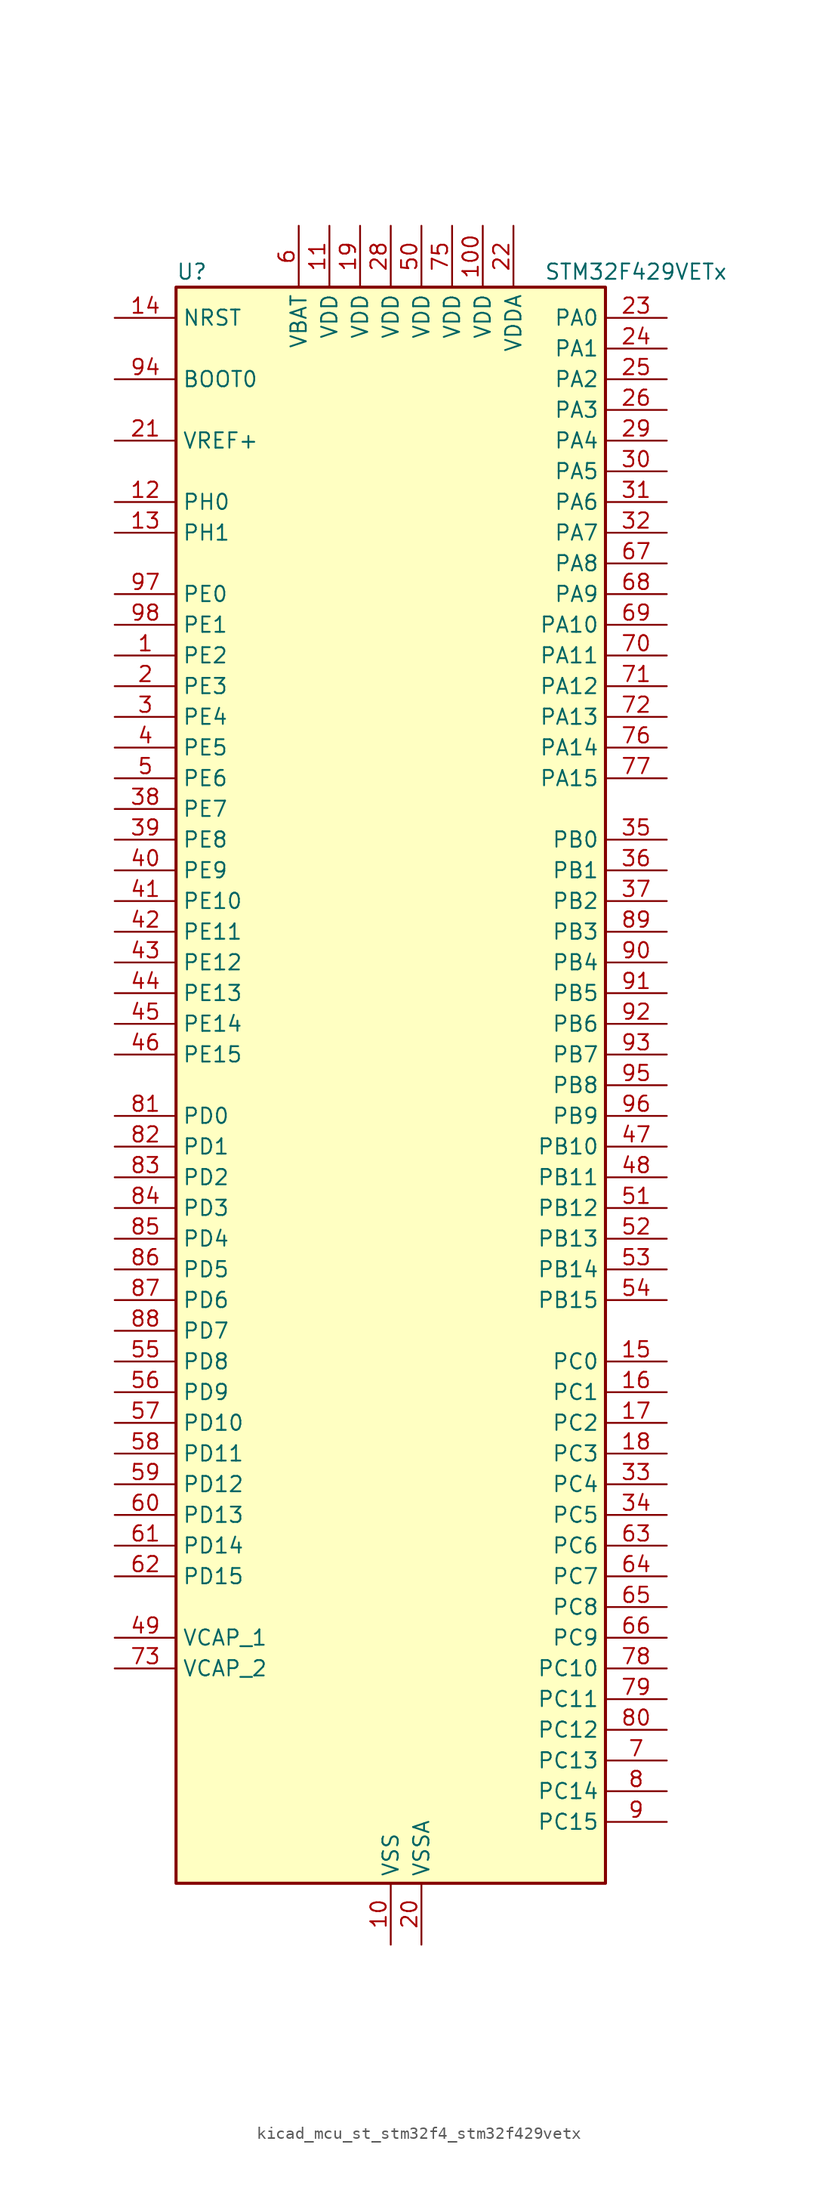
<source format=kicad_sym>
(kicad_symbol_lib
  (version 20220914)
  (generator kicad_symbol_editor)
  (symbol "kicad_mcu_st_stm32f4_stm32f429vetx"
    (property "Reference" "U"
      (at -17.78 67.31 0)
      (effects (font (size 1.27 1.27)) (justify left)))
    (property "Value" "STM32F429VETx"
      (at 12.7 67.31 0)
      (effects (font (size 1.27 1.27)) (justify left)))
    (property "ki_locked" ""
      (at 0 0 0)
      (effects (font (size 1.27 1.27))))
    (symbol "kicad_mcu_st_stm32f4_stm32f429vetx_0_1"
      (rectangle (start -17.78 -66.04) (end 17.78 66.04) (stroke (width 0.254) (type default)) (fill (type background))))
    (symbol "kicad_mcu_st_stm32f4_stm32f429vetx_1_1"
      (pin bidirectional line (at -22.86 35.56 0) (length 5.08) (name "PE2" (effects (font (size 1.27 1.27)))) (number "1" (effects (font (size 1.27 1.27)))) (alternate "ETH_TXD3" bidirectional line) (alternate "FMC_A23" bidirectional line) (alternate "SAI1_MCLK_A" bidirectional line) (alternate "SPI4_SCK" bidirectional line) (alternate "SYS_TRACECLK" bidirectional line))
      (pin power_in line (at 0 -71.12 90) (length 5.08) (name "VSS" (effects (font (size 1.27 1.27)))) (number "10" (effects (font (size 1.27 1.27)))))
      (pin power_in line (at 7.62 71.12 270) (length 5.08) (name "VDD" (effects (font (size 1.27 1.27)))) (number "100" (effects (font (size 1.27 1.27)))))
      (pin power_in line (at -5.08 71.12 270) (length 5.08) (name "VDD" (effects (font (size 1.27 1.27)))) (number "11" (effects (font (size 1.27 1.27)))))
      (pin bidirectional line (at -22.86 48.26 0) (length 5.08) (name "PH0" (effects (font (size 1.27 1.27)))) (number "12" (effects (font (size 1.27 1.27)))) (alternate "RCC_OSC_IN" bidirectional line))
      (pin bidirectional line (at -22.86 45.72 0) (length 5.08) (name "PH1" (effects (font (size 1.27 1.27)))) (number "13" (effects (font (size 1.27 1.27)))) (alternate "RCC_OSC_OUT" bidirectional line))
      (pin input line (at -22.86 63.5 0) (length 5.08) (name "NRST" (effects (font (size 1.27 1.27)))) (number "14" (effects (font (size 1.27 1.27)))))
      (pin bidirectional line (at 22.86 -22.86 180) (length 5.08) (name "PC0" (effects (font (size 1.27 1.27)))) (number "15" (effects (font (size 1.27 1.27)))) (alternate "ADC1_IN10" bidirectional line) (alternate "ADC2_IN10" bidirectional line) (alternate "ADC3_IN10" bidirectional line) (alternate "USB_OTG_HS_ULPI_STP" bidirectional line))
      (pin bidirectional line (at 22.86 -25.4 180) (length 5.08) (name "PC1" (effects (font (size 1.27 1.27)))) (number "16" (effects (font (size 1.27 1.27)))) (alternate "ADC1_IN11" bidirectional line) (alternate "ADC2_IN11" bidirectional line) (alternate "ADC3_IN11" bidirectional line) (alternate "ETH_MDC" bidirectional line))
      (pin bidirectional line (at 22.86 -27.94 180) (length 5.08) (name "PC2" (effects (font (size 1.27 1.27)))) (number "17" (effects (font (size 1.27 1.27)))) (alternate "ADC1_IN12" bidirectional line) (alternate "ADC2_IN12" bidirectional line) (alternate "ADC3_IN12" bidirectional line) (alternate "ETH_TXD2" bidirectional line) (alternate "I2S2_ext_SD" bidirectional line) (alternate "SPI2_MISO" bidirectional line) (alternate "USB_OTG_HS_ULPI_DIR" bidirectional line))
      (pin bidirectional line (at 22.86 -30.48 180) (length 5.08) (name "PC3" (effects (font (size 1.27 1.27)))) (number "18" (effects (font (size 1.27 1.27)))) (alternate "ADC1_IN13" bidirectional line) (alternate "ADC2_IN13" bidirectional line) (alternate "ADC3_IN13" bidirectional line) (alternate "ETH_TX_CLK" bidirectional line) (alternate "I2S2_SD" bidirectional line) (alternate "SPI2_MOSI" bidirectional line) (alternate "USB_OTG_HS_ULPI_NXT" bidirectional line))
      (pin power_in line (at -2.54 71.12 270) (length 5.08) (name "VDD" (effects (font (size 1.27 1.27)))) (number "19" (effects (font (size 1.27 1.27)))))
      (pin bidirectional line (at -22.86 33.02 0) (length 5.08) (name "PE3" (effects (font (size 1.27 1.27)))) (number "2" (effects (font (size 1.27 1.27)))) (alternate "FMC_A19" bidirectional line) (alternate "SAI1_SD_B" bidirectional line) (alternate "SYS_TRACED0" bidirectional line))
      (pin power_in line (at 2.54 -71.12 90) (length 5.08) (name "VSSA" (effects (font (size 1.27 1.27)))) (number "20" (effects (font (size 1.27 1.27)))))
      (pin input line (at -22.86 53.34 0) (length 5.08) (name "VREF+" (effects (font (size 1.27 1.27)))) (number "21" (effects (font (size 1.27 1.27)))))
      (pin power_in line (at 10.16 71.12 270) (length 5.08) (name "VDDA" (effects (font (size 1.27 1.27)))) (number "22" (effects (font (size 1.27 1.27)))))
      (pin bidirectional line (at 22.86 63.5 180) (length 5.08) (name "PA0" (effects (font (size 1.27 1.27)))) (number "23" (effects (font (size 1.27 1.27)))) (alternate "ADC1_IN0" bidirectional line) (alternate "ADC2_IN0" bidirectional line) (alternate "ADC3_IN0" bidirectional line) (alternate "ETH_CRS" bidirectional line) (alternate "SYS_WKUP" bidirectional line) (alternate "TIM2_CH1" bidirectional line) (alternate "TIM2_ETR" bidirectional line) (alternate "TIM5_CH1" bidirectional line) (alternate "TIM8_ETR" bidirectional line) (alternate "UART4_TX" bidirectional line) (alternate "USART2_CTS" bidirectional line))
      (pin bidirectional line (at 22.86 60.96 180) (length 5.08) (name "PA1" (effects (font (size 1.27 1.27)))) (number "24" (effects (font (size 1.27 1.27)))) (alternate "ADC1_IN1" bidirectional line) (alternate "ADC2_IN1" bidirectional line) (alternate "ADC3_IN1" bidirectional line) (alternate "ETH_REF_CLK" bidirectional line) (alternate "ETH_RX_CLK" bidirectional line) (alternate "TIM2_CH2" bidirectional line) (alternate "TIM5_CH2" bidirectional line) (alternate "UART4_RX" bidirectional line) (alternate "USART2_RTS" bidirectional line))
      (pin bidirectional line (at 22.86 58.42 180) (length 5.08) (name "PA2" (effects (font (size 1.27 1.27)))) (number "25" (effects (font (size 1.27 1.27)))) (alternate "ADC1_IN2" bidirectional line) (alternate "ADC2_IN2" bidirectional line) (alternate "ADC3_IN2" bidirectional line) (alternate "ETH_MDIO" bidirectional line) (alternate "TIM2_CH3" bidirectional line) (alternate "TIM5_CH3" bidirectional line) (alternate "TIM9_CH1" bidirectional line) (alternate "USART2_TX" bidirectional line))
      (pin bidirectional line (at 22.86 55.88 180) (length 5.08) (name "PA3" (effects (font (size 1.27 1.27)))) (number "26" (effects (font (size 1.27 1.27)))) (alternate "ADC1_IN3" bidirectional line) (alternate "ADC2_IN3" bidirectional line) (alternate "ADC3_IN3" bidirectional line) (alternate "ETH_COL" bidirectional line) (alternate "LTDC_B5" bidirectional line) (alternate "TIM2_CH4" bidirectional line) (alternate "TIM5_CH4" bidirectional line) (alternate "TIM9_CH2" bidirectional line) (alternate "USART2_RX" bidirectional line) (alternate "USB_OTG_HS_ULPI_D0" bidirectional line))
      (pin passive line (at 0 -71.12 90) (length 5.08) hide (name "VSS" (effects (font (size 1.27 1.27)))) (number "27" (effects (font (size 1.27 1.27)))))
      (pin power_in line (at 0 71.12 270) (length 5.08) (name "VDD" (effects (font (size 1.27 1.27)))) (number "28" (effects (font (size 1.27 1.27)))))
      (pin bidirectional line (at 22.86 53.34 180) (length 5.08) (name "PA4" (effects (font (size 1.27 1.27)))) (number "29" (effects (font (size 1.27 1.27)))) (alternate "ADC1_IN4" bidirectional line) (alternate "ADC2_IN4" bidirectional line) (alternate "DAC_OUT1" bidirectional line) (alternate "DCMI_HSYNC" bidirectional line) (alternate "I2S3_WS" bidirectional line) (alternate "LTDC_VSYNC" bidirectional line) (alternate "SPI1_NSS" bidirectional line) (alternate "SPI3_NSS" bidirectional line) (alternate "USART2_CK" bidirectional line) (alternate "USB_OTG_HS_SOF" bidirectional line))
      (pin bidirectional line (at -22.86 30.48 0) (length 5.08) (name "PE4" (effects (font (size 1.27 1.27)))) (number "3" (effects (font (size 1.27 1.27)))) (alternate "DCMI_D4" bidirectional line) (alternate "FMC_A20" bidirectional line) (alternate "LTDC_B0" bidirectional line) (alternate "SAI1_FS_A" bidirectional line) (alternate "SPI4_NSS" bidirectional line) (alternate "SYS_TRACED1" bidirectional line))
      (pin bidirectional line (at 22.86 50.8 180) (length 5.08) (name "PA5" (effects (font (size 1.27 1.27)))) (number "30" (effects (font (size 1.27 1.27)))) (alternate "ADC1_IN5" bidirectional line) (alternate "ADC2_IN5" bidirectional line) (alternate "DAC_OUT2" bidirectional line) (alternate "SPI1_SCK" bidirectional line) (alternate "TIM2_CH1" bidirectional line) (alternate "TIM2_ETR" bidirectional line) (alternate "TIM8_CH1N" bidirectional line) (alternate "USB_OTG_HS_ULPI_CK" bidirectional line))
      (pin bidirectional line (at 22.86 48.26 180) (length 5.08) (name "PA6" (effects (font (size 1.27 1.27)))) (number "31" (effects (font (size 1.27 1.27)))) (alternate "ADC1_IN6" bidirectional line) (alternate "ADC2_IN6" bidirectional line) (alternate "DCMI_PIXCLK" bidirectional line) (alternate "LTDC_G2" bidirectional line) (alternate "SPI1_MISO" bidirectional line) (alternate "TIM13_CH1" bidirectional line) (alternate "TIM1_BKIN" bidirectional line) (alternate "TIM3_CH1" bidirectional line) (alternate "TIM8_BKIN" bidirectional line))
      (pin bidirectional line (at 22.86 45.72 180) (length 5.08) (name "PA7" (effects (font (size 1.27 1.27)))) (number "32" (effects (font (size 1.27 1.27)))) (alternate "ADC1_IN7" bidirectional line) (alternate "ADC2_IN7" bidirectional line) (alternate "ETH_CRS_DV" bidirectional line) (alternate "ETH_RX_DV" bidirectional line) (alternate "SPI1_MOSI" bidirectional line) (alternate "TIM14_CH1" bidirectional line) (alternate "TIM1_CH1N" bidirectional line) (alternate "TIM3_CH2" bidirectional line) (alternate "TIM8_CH1N" bidirectional line))
      (pin bidirectional line (at 22.86 -33.02 180) (length 5.08) (name "PC4" (effects (font (size 1.27 1.27)))) (number "33" (effects (font (size 1.27 1.27)))) (alternate "ADC1_IN14" bidirectional line) (alternate "ADC2_IN14" bidirectional line) (alternate "ETH_RXD0" bidirectional line))
      (pin bidirectional line (at 22.86 -35.56 180) (length 5.08) (name "PC5" (effects (font (size 1.27 1.27)))) (number "34" (effects (font (size 1.27 1.27)))) (alternate "ADC1_IN15" bidirectional line) (alternate "ADC2_IN15" bidirectional line) (alternate "ETH_RXD1" bidirectional line))
      (pin bidirectional line (at 22.86 20.32 180) (length 5.08) (name "PB0" (effects (font (size 1.27 1.27)))) (number "35" (effects (font (size 1.27 1.27)))) (alternate "ADC1_IN8" bidirectional line) (alternate "ADC2_IN8" bidirectional line) (alternate "ETH_RXD2" bidirectional line) (alternate "LTDC_R3" bidirectional line) (alternate "TIM1_CH2N" bidirectional line) (alternate "TIM3_CH3" bidirectional line) (alternate "TIM8_CH2N" bidirectional line) (alternate "USB_OTG_HS_ULPI_D1" bidirectional line))
      (pin bidirectional line (at 22.86 17.78 180) (length 5.08) (name "PB1" (effects (font (size 1.27 1.27)))) (number "36" (effects (font (size 1.27 1.27)))) (alternate "ADC1_IN9" bidirectional line) (alternate "ADC2_IN9" bidirectional line) (alternate "ETH_RXD3" bidirectional line) (alternate "LTDC_R6" bidirectional line) (alternate "TIM1_CH3N" bidirectional line) (alternate "TIM3_CH4" bidirectional line) (alternate "TIM8_CH3N" bidirectional line) (alternate "USB_OTG_HS_ULPI_D2" bidirectional line))
      (pin bidirectional line (at 22.86 15.24 180) (length 5.08) (name "PB2" (effects (font (size 1.27 1.27)))) (number "37" (effects (font (size 1.27 1.27)))))
      (pin bidirectional line (at -22.86 22.86 0) (length 5.08) (name "PE7" (effects (font (size 1.27 1.27)))) (number "38" (effects (font (size 1.27 1.27)))) (alternate "FMC_D4" bidirectional line) (alternate "FMC_DA4" bidirectional line) (alternate "TIM1_ETR" bidirectional line) (alternate "UART7_RX" bidirectional line))
      (pin bidirectional line (at -22.86 20.32 0) (length 5.08) (name "PE8" (effects (font (size 1.27 1.27)))) (number "39" (effects (font (size 1.27 1.27)))) (alternate "FMC_D5" bidirectional line) (alternate "FMC_DA5" bidirectional line) (alternate "TIM1_CH1N" bidirectional line) (alternate "UART7_TX" bidirectional line))
      (pin bidirectional line (at -22.86 27.94 0) (length 5.08) (name "PE5" (effects (font (size 1.27 1.27)))) (number "4" (effects (font (size 1.27 1.27)))) (alternate "DCMI_D6" bidirectional line) (alternate "FMC_A21" bidirectional line) (alternate "LTDC_G0" bidirectional line) (alternate "SAI1_SCK_A" bidirectional line) (alternate "SPI4_MISO" bidirectional line) (alternate "SYS_TRACED2" bidirectional line) (alternate "TIM9_CH1" bidirectional line))
      (pin bidirectional line (at -22.86 17.78 0) (length 5.08) (name "PE9" (effects (font (size 1.27 1.27)))) (number "40" (effects (font (size 1.27 1.27)))) (alternate "DAC_EXTI9" bidirectional line) (alternate "FMC_D6" bidirectional line) (alternate "FMC_DA6" bidirectional line) (alternate "TIM1_CH1" bidirectional line))
      (pin bidirectional line (at -22.86 15.24 0) (length 5.08) (name "PE10" (effects (font (size 1.27 1.27)))) (number "41" (effects (font (size 1.27 1.27)))) (alternate "FMC_D7" bidirectional line) (alternate "FMC_DA7" bidirectional line) (alternate "TIM1_CH2N" bidirectional line))
      (pin bidirectional line (at -22.86 12.7 0) (length 5.08) (name "PE11" (effects (font (size 1.27 1.27)))) (number "42" (effects (font (size 1.27 1.27)))) (alternate "ADC1_EXTI11" bidirectional line) (alternate "ADC2_EXTI11" bidirectional line) (alternate "ADC3_EXTI11" bidirectional line) (alternate "FMC_D8" bidirectional line) (alternate "FMC_DA8" bidirectional line) (alternate "LTDC_G3" bidirectional line) (alternate "SPI4_NSS" bidirectional line) (alternate "TIM1_CH2" bidirectional line))
      (pin bidirectional line (at -22.86 10.16 0) (length 5.08) (name "PE12" (effects (font (size 1.27 1.27)))) (number "43" (effects (font (size 1.27 1.27)))) (alternate "FMC_D9" bidirectional line) (alternate "FMC_DA9" bidirectional line) (alternate "LTDC_B4" bidirectional line) (alternate "SPI4_SCK" bidirectional line) (alternate "TIM1_CH3N" bidirectional line))
      (pin bidirectional line (at -22.86 7.62 0) (length 5.08) (name "PE13" (effects (font (size 1.27 1.27)))) (number "44" (effects (font (size 1.27 1.27)))) (alternate "FMC_D10" bidirectional line) (alternate "FMC_DA10" bidirectional line) (alternate "LTDC_DE" bidirectional line) (alternate "SPI4_MISO" bidirectional line) (alternate "TIM1_CH3" bidirectional line))
      (pin bidirectional line (at -22.86 5.08 0) (length 5.08) (name "PE14" (effects (font (size 1.27 1.27)))) (number "45" (effects (font (size 1.27 1.27)))) (alternate "FMC_D11" bidirectional line) (alternate "FMC_DA11" bidirectional line) (alternate "LTDC_CLK" bidirectional line) (alternate "SPI4_MOSI" bidirectional line) (alternate "TIM1_CH4" bidirectional line))
      (pin bidirectional line (at -22.86 2.54 0) (length 5.08) (name "PE15" (effects (font (size 1.27 1.27)))) (number "46" (effects (font (size 1.27 1.27)))) (alternate "ADC1_EXTI15" bidirectional line) (alternate "ADC2_EXTI15" bidirectional line) (alternate "ADC3_EXTI15" bidirectional line) (alternate "FMC_D12" bidirectional line) (alternate "FMC_DA12" bidirectional line) (alternate "LTDC_R7" bidirectional line) (alternate "TIM1_BKIN" bidirectional line))
      (pin bidirectional line (at 22.86 -5.08 180) (length 5.08) (name "PB10" (effects (font (size 1.27 1.27)))) (number "47" (effects (font (size 1.27 1.27)))) (alternate "ETH_RX_ER" bidirectional line) (alternate "I2C2_SCL" bidirectional line) (alternate "I2S2_CK" bidirectional line) (alternate "LTDC_G4" bidirectional line) (alternate "SPI2_SCK" bidirectional line) (alternate "TIM2_CH3" bidirectional line) (alternate "USART3_TX" bidirectional line) (alternate "USB_OTG_HS_ULPI_D3" bidirectional line))
      (pin bidirectional line (at 22.86 -7.62 180) (length 5.08) (name "PB11" (effects (font (size 1.27 1.27)))) (number "48" (effects (font (size 1.27 1.27)))) (alternate "ADC1_EXTI11" bidirectional line) (alternate "ADC2_EXTI11" bidirectional line) (alternate "ADC3_EXTI11" bidirectional line) (alternate "ETH_TX_EN" bidirectional line) (alternate "I2C2_SDA" bidirectional line) (alternate "LTDC_G5" bidirectional line) (alternate "TIM2_CH4" bidirectional line) (alternate "USART3_RX" bidirectional line) (alternate "USB_OTG_HS_ULPI_D4" bidirectional line))
      (pin power_out line (at -22.86 -45.72 0) (length 5.08) (name "VCAP_1" (effects (font (size 1.27 1.27)))) (number "49" (effects (font (size 1.27 1.27)))))
      (pin bidirectional line (at -22.86 25.4 0) (length 5.08) (name "PE6" (effects (font (size 1.27 1.27)))) (number "5" (effects (font (size 1.27 1.27)))) (alternate "DCMI_D7" bidirectional line) (alternate "FMC_A22" bidirectional line) (alternate "LTDC_G1" bidirectional line) (alternate "SAI1_SD_A" bidirectional line) (alternate "SPI4_MOSI" bidirectional line) (alternate "SYS_TRACED3" bidirectional line) (alternate "TIM9_CH2" bidirectional line))
      (pin power_in line (at 2.54 71.12 270) (length 5.08) (name "VDD" (effects (font (size 1.27 1.27)))) (number "50" (effects (font (size 1.27 1.27)))))
      (pin bidirectional line (at 22.86 -10.16 180) (length 5.08) (name "PB12" (effects (font (size 1.27 1.27)))) (number "51" (effects (font (size 1.27 1.27)))) (alternate "CAN2_RX" bidirectional line) (alternate "ETH_TXD0" bidirectional line) (alternate "I2C2_SMBA" bidirectional line) (alternate "I2S2_WS" bidirectional line) (alternate "SPI2_NSS" bidirectional line) (alternate "TIM1_BKIN" bidirectional line) (alternate "USART3_CK" bidirectional line) (alternate "USB_OTG_HS_ID" bidirectional line) (alternate "USB_OTG_HS_ULPI_D5" bidirectional line))
      (pin bidirectional line (at 22.86 -12.7 180) (length 5.08) (name "PB13" (effects (font (size 1.27 1.27)))) (number "52" (effects (font (size 1.27 1.27)))) (alternate "CAN2_TX" bidirectional line) (alternate "ETH_TXD1" bidirectional line) (alternate "I2S2_CK" bidirectional line) (alternate "SPI2_SCK" bidirectional line) (alternate "TIM1_CH1N" bidirectional line) (alternate "USART3_CTS" bidirectional line) (alternate "USB_OTG_HS_ULPI_D6" bidirectional line) (alternate "USB_OTG_HS_VBUS" bidirectional line))
      (pin bidirectional line (at 22.86 -15.24 180) (length 5.08) (name "PB14" (effects (font (size 1.27 1.27)))) (number "53" (effects (font (size 1.27 1.27)))) (alternate "I2S2_ext_SD" bidirectional line) (alternate "SPI2_MISO" bidirectional line) (alternate "TIM12_CH1" bidirectional line) (alternate "TIM1_CH2N" bidirectional line) (alternate "TIM8_CH2N" bidirectional line) (alternate "USART3_RTS" bidirectional line) (alternate "USB_OTG_HS_DM" bidirectional line))
      (pin bidirectional line (at 22.86 -17.78 180) (length 5.08) (name "PB15" (effects (font (size 1.27 1.27)))) (number "54" (effects (font (size 1.27 1.27)))) (alternate "ADC1_EXTI15" bidirectional line) (alternate "ADC2_EXTI15" bidirectional line) (alternate "ADC3_EXTI15" bidirectional line) (alternate "I2S2_SD" bidirectional line) (alternate "RTC_REFIN" bidirectional line) (alternate "SPI2_MOSI" bidirectional line) (alternate "TIM12_CH2" bidirectional line) (alternate "TIM1_CH3N" bidirectional line) (alternate "TIM8_CH3N" bidirectional line) (alternate "USB_OTG_HS_DP" bidirectional line))
      (pin bidirectional line (at -22.86 -22.86 0) (length 5.08) (name "PD8" (effects (font (size 1.27 1.27)))) (number "55" (effects (font (size 1.27 1.27)))) (alternate "FMC_D13" bidirectional line) (alternate "FMC_DA13" bidirectional line) (alternate "USART3_TX" bidirectional line))
      (pin bidirectional line (at -22.86 -25.4 0) (length 5.08) (name "PD9" (effects (font (size 1.27 1.27)))) (number "56" (effects (font (size 1.27 1.27)))) (alternate "DAC_EXTI9" bidirectional line) (alternate "FMC_D14" bidirectional line) (alternate "FMC_DA14" bidirectional line) (alternate "USART3_RX" bidirectional line))
      (pin bidirectional line (at -22.86 -27.94 0) (length 5.08) (name "PD10" (effects (font (size 1.27 1.27)))) (number "57" (effects (font (size 1.27 1.27)))) (alternate "FMC_D15" bidirectional line) (alternate "FMC_DA15" bidirectional line) (alternate "LTDC_B3" bidirectional line) (alternate "USART3_CK" bidirectional line))
      (pin bidirectional line (at -22.86 -30.48 0) (length 5.08) (name "PD11" (effects (font (size 1.27 1.27)))) (number "58" (effects (font (size 1.27 1.27)))) (alternate "ADC1_EXTI11" bidirectional line) (alternate "ADC2_EXTI11" bidirectional line) (alternate "ADC3_EXTI11" bidirectional line) (alternate "FMC_A16" bidirectional line) (alternate "FMC_CLE" bidirectional line) (alternate "USART3_CTS" bidirectional line))
      (pin bidirectional line (at -22.86 -33.02 0) (length 5.08) (name "PD12" (effects (font (size 1.27 1.27)))) (number "59" (effects (font (size 1.27 1.27)))) (alternate "FMC_A17" bidirectional line) (alternate "FMC_ALE" bidirectional line) (alternate "TIM4_CH1" bidirectional line) (alternate "USART3_RTS" bidirectional line))
      (pin power_in line (at -7.62 71.12 270) (length 5.08) (name "VBAT" (effects (font (size 1.27 1.27)))) (number "6" (effects (font (size 1.27 1.27)))))
      (pin bidirectional line (at -22.86 -35.56 0) (length 5.08) (name "PD13" (effects (font (size 1.27 1.27)))) (number "60" (effects (font (size 1.27 1.27)))) (alternate "FMC_A18" bidirectional line) (alternate "TIM4_CH2" bidirectional line))
      (pin bidirectional line (at -22.86 -38.1 0) (length 5.08) (name "PD14" (effects (font (size 1.27 1.27)))) (number "61" (effects (font (size 1.27 1.27)))) (alternate "FMC_D0" bidirectional line) (alternate "FMC_DA0" bidirectional line) (alternate "TIM4_CH3" bidirectional line))
      (pin bidirectional line (at -22.86 -40.64 0) (length 5.08) (name "PD15" (effects (font (size 1.27 1.27)))) (number "62" (effects (font (size 1.27 1.27)))) (alternate "ADC1_EXTI15" bidirectional line) (alternate "ADC2_EXTI15" bidirectional line) (alternate "ADC3_EXTI15" bidirectional line) (alternate "FMC_D1" bidirectional line) (alternate "FMC_DA1" bidirectional line) (alternate "TIM4_CH4" bidirectional line))
      (pin bidirectional line (at 22.86 -38.1 180) (length 5.08) (name "PC6" (effects (font (size 1.27 1.27)))) (number "63" (effects (font (size 1.27 1.27)))) (alternate "DCMI_D0" bidirectional line) (alternate "I2S2_MCK" bidirectional line) (alternate "LTDC_HSYNC" bidirectional line) (alternate "SDIO_D6" bidirectional line) (alternate "TIM3_CH1" bidirectional line) (alternate "TIM8_CH1" bidirectional line) (alternate "USART6_TX" bidirectional line))
      (pin bidirectional line (at 22.86 -40.64 180) (length 5.08) (name "PC7" (effects (font (size 1.27 1.27)))) (number "64" (effects (font (size 1.27 1.27)))) (alternate "DCMI_D1" bidirectional line) (alternate "I2S3_MCK" bidirectional line) (alternate "LTDC_G6" bidirectional line) (alternate "SDIO_D7" bidirectional line) (alternate "TIM3_CH2" bidirectional line) (alternate "TIM8_CH2" bidirectional line) (alternate "USART6_RX" bidirectional line))
      (pin bidirectional line (at 22.86 -43.18 180) (length 5.08) (name "PC8" (effects (font (size 1.27 1.27)))) (number "65" (effects (font (size 1.27 1.27)))) (alternate "DCMI_D2" bidirectional line) (alternate "SDIO_D0" bidirectional line) (alternate "TIM3_CH3" bidirectional line) (alternate "TIM8_CH3" bidirectional line) (alternate "USART6_CK" bidirectional line))
      (pin bidirectional line (at 22.86 -45.72 180) (length 5.08) (name "PC9" (effects (font (size 1.27 1.27)))) (number "66" (effects (font (size 1.27 1.27)))) (alternate "DAC_EXTI9" bidirectional line) (alternate "DCMI_D3" bidirectional line) (alternate "I2C3_SDA" bidirectional line) (alternate "I2S_CKIN" bidirectional line) (alternate "RCC_MCO_2" bidirectional line) (alternate "SDIO_D1" bidirectional line) (alternate "TIM3_CH4" bidirectional line) (alternate "TIM8_CH4" bidirectional line))
      (pin bidirectional line (at 22.86 43.18 180) (length 5.08) (name "PA8" (effects (font (size 1.27 1.27)))) (number "67" (effects (font (size 1.27 1.27)))) (alternate "I2C3_SCL" bidirectional line) (alternate "LTDC_R6" bidirectional line) (alternate "RCC_MCO_1" bidirectional line) (alternate "TIM1_CH1" bidirectional line) (alternate "USART1_CK" bidirectional line) (alternate "USB_OTG_FS_SOF" bidirectional line))
      (pin bidirectional line (at 22.86 40.64 180) (length 5.08) (name "PA9" (effects (font (size 1.27 1.27)))) (number "68" (effects (font (size 1.27 1.27)))) (alternate "DAC_EXTI9" bidirectional line) (alternate "DCMI_D0" bidirectional line) (alternate "I2C3_SMBA" bidirectional line) (alternate "TIM1_CH2" bidirectional line) (alternate "USART1_TX" bidirectional line) (alternate "USB_OTG_FS_VBUS" bidirectional line))
      (pin bidirectional line (at 22.86 38.1 180) (length 5.08) (name "PA10" (effects (font (size 1.27 1.27)))) (number "69" (effects (font (size 1.27 1.27)))) (alternate "DCMI_D1" bidirectional line) (alternate "TIM1_CH3" bidirectional line) (alternate "USART1_RX" bidirectional line) (alternate "USB_OTG_FS_ID" bidirectional line))
      (pin bidirectional line (at 22.86 -55.88 180) (length 5.08) (name "PC13" (effects (font (size 1.27 1.27)))) (number "7" (effects (font (size 1.27 1.27)))) (alternate "RTC_AF1" bidirectional line))
      (pin bidirectional line (at 22.86 35.56 180) (length 5.08) (name "PA11" (effects (font (size 1.27 1.27)))) (number "70" (effects (font (size 1.27 1.27)))) (alternate "ADC1_EXTI11" bidirectional line) (alternate "ADC2_EXTI11" bidirectional line) (alternate "ADC3_EXTI11" bidirectional line) (alternate "CAN1_RX" bidirectional line) (alternate "LTDC_R4" bidirectional line) (alternate "TIM1_CH4" bidirectional line) (alternate "USART1_CTS" bidirectional line) (alternate "USB_OTG_FS_DM" bidirectional line))
      (pin bidirectional line (at 22.86 33.02 180) (length 5.08) (name "PA12" (effects (font (size 1.27 1.27)))) (number "71" (effects (font (size 1.27 1.27)))) (alternate "CAN1_TX" bidirectional line) (alternate "LTDC_R5" bidirectional line) (alternate "TIM1_ETR" bidirectional line) (alternate "USART1_RTS" bidirectional line) (alternate "USB_OTG_FS_DP" bidirectional line))
      (pin bidirectional line (at 22.86 30.48 180) (length 5.08) (name "PA13" (effects (font (size 1.27 1.27)))) (number "72" (effects (font (size 1.27 1.27)))) (alternate "SYS_JTMS-SWDIO" bidirectional line))
      (pin power_out line (at -22.86 -48.26 0) (length 5.08) (name "VCAP_2" (effects (font (size 1.27 1.27)))) (number "73" (effects (font (size 1.27 1.27)))))
      (pin passive line (at 0 -71.12 90) (length 5.08) hide (name "VSS" (effects (font (size 1.27 1.27)))) (number "74" (effects (font (size 1.27 1.27)))))
      (pin power_in line (at 5.08 71.12 270) (length 5.08) (name "VDD" (effects (font (size 1.27 1.27)))) (number "75" (effects (font (size 1.27 1.27)))))
      (pin bidirectional line (at 22.86 27.94 180) (length 5.08) (name "PA14" (effects (font (size 1.27 1.27)))) (number "76" (effects (font (size 1.27 1.27)))) (alternate "SYS_JTCK-SWCLK" bidirectional line))
      (pin bidirectional line (at 22.86 25.4 180) (length 5.08) (name "PA15" (effects (font (size 1.27 1.27)))) (number "77" (effects (font (size 1.27 1.27)))) (alternate "ADC1_EXTI15" bidirectional line) (alternate "ADC2_EXTI15" bidirectional line) (alternate "ADC3_EXTI15" bidirectional line) (alternate "I2S3_WS" bidirectional line) (alternate "SPI1_NSS" bidirectional line) (alternate "SPI3_NSS" bidirectional line) (alternate "SYS_JTDI" bidirectional line) (alternate "TIM2_CH1" bidirectional line) (alternate "TIM2_ETR" bidirectional line))
      (pin bidirectional line (at 22.86 -48.26 180) (length 5.08) (name "PC10" (effects (font (size 1.27 1.27)))) (number "78" (effects (font (size 1.27 1.27)))) (alternate "DCMI_D8" bidirectional line) (alternate "I2S3_CK" bidirectional line) (alternate "LTDC_R2" bidirectional line) (alternate "SDIO_D2" bidirectional line) (alternate "SPI3_SCK" bidirectional line) (alternate "UART4_TX" bidirectional line) (alternate "USART3_TX" bidirectional line))
      (pin bidirectional line (at 22.86 -50.8 180) (length 5.08) (name "PC11" (effects (font (size 1.27 1.27)))) (number "79" (effects (font (size 1.27 1.27)))) (alternate "ADC1_EXTI11" bidirectional line) (alternate "ADC2_EXTI11" bidirectional line) (alternate "ADC3_EXTI11" bidirectional line) (alternate "DCMI_D4" bidirectional line) (alternate "I2S3_ext_SD" bidirectional line) (alternate "SDIO_D3" bidirectional line) (alternate "SPI3_MISO" bidirectional line) (alternate "UART4_RX" bidirectional line) (alternate "USART3_RX" bidirectional line))
      (pin bidirectional line (at 22.86 -58.42 180) (length 5.08) (name "PC14" (effects (font (size 1.27 1.27)))) (number "8" (effects (font (size 1.27 1.27)))) (alternate "RCC_OSC32_IN" bidirectional line))
      (pin bidirectional line (at 22.86 -53.34 180) (length 5.08) (name "PC12" (effects (font (size 1.27 1.27)))) (number "80" (effects (font (size 1.27 1.27)))) (alternate "DCMI_D9" bidirectional line) (alternate "I2S3_SD" bidirectional line) (alternate "SDIO_CK" bidirectional line) (alternate "SPI3_MOSI" bidirectional line) (alternate "UART5_TX" bidirectional line) (alternate "USART3_CK" bidirectional line))
      (pin bidirectional line (at -22.86 -2.54 0) (length 5.08) (name "PD0" (effects (font (size 1.27 1.27)))) (number "81" (effects (font (size 1.27 1.27)))) (alternate "CAN1_RX" bidirectional line) (alternate "FMC_D2" bidirectional line) (alternate "FMC_DA2" bidirectional line))
      (pin bidirectional line (at -22.86 -5.08 0) (length 5.08) (name "PD1" (effects (font (size 1.27 1.27)))) (number "82" (effects (font (size 1.27 1.27)))) (alternate "CAN1_TX" bidirectional line) (alternate "FMC_D3" bidirectional line) (alternate "FMC_DA3" bidirectional line))
      (pin bidirectional line (at -22.86 -7.62 0) (length 5.08) (name "PD2" (effects (font (size 1.27 1.27)))) (number "83" (effects (font (size 1.27 1.27)))) (alternate "DCMI_D11" bidirectional line) (alternate "SDIO_CMD" bidirectional line) (alternate "TIM3_ETR" bidirectional line) (alternate "UART5_RX" bidirectional line))
      (pin bidirectional line (at -22.86 -10.16 0) (length 5.08) (name "PD3" (effects (font (size 1.27 1.27)))) (number "84" (effects (font (size 1.27 1.27)))) (alternate "DCMI_D5" bidirectional line) (alternate "FMC_CLK" bidirectional line) (alternate "I2S2_CK" bidirectional line) (alternate "LTDC_G7" bidirectional line) (alternate "SPI2_SCK" bidirectional line) (alternate "USART2_CTS" bidirectional line))
      (pin bidirectional line (at -22.86 -12.7 0) (length 5.08) (name "PD4" (effects (font (size 1.27 1.27)))) (number "85" (effects (font (size 1.27 1.27)))) (alternate "FMC_NOE" bidirectional line) (alternate "USART2_RTS" bidirectional line))
      (pin bidirectional line (at -22.86 -15.24 0) (length 5.08) (name "PD5" (effects (font (size 1.27 1.27)))) (number "86" (effects (font (size 1.27 1.27)))) (alternate "FMC_NWE" bidirectional line) (alternate "USART2_TX" bidirectional line))
      (pin bidirectional line (at -22.86 -17.78 0) (length 5.08) (name "PD6" (effects (font (size 1.27 1.27)))) (number "87" (effects (font (size 1.27 1.27)))) (alternate "DCMI_D10" bidirectional line) (alternate "FMC_NWAIT" bidirectional line) (alternate "I2S3_SD" bidirectional line) (alternate "LTDC_B2" bidirectional line) (alternate "SAI1_SD_A" bidirectional line) (alternate "SPI3_MOSI" bidirectional line) (alternate "USART2_RX" bidirectional line))
      (pin bidirectional line (at -22.86 -20.32 0) (length 5.08) (name "PD7" (effects (font (size 1.27 1.27)))) (number "88" (effects (font (size 1.27 1.27)))) (alternate "FMC_NCE2" bidirectional line) (alternate "FMC_NE1" bidirectional line) (alternate "USART2_CK" bidirectional line))
      (pin bidirectional line (at 22.86 12.7 180) (length 5.08) (name "PB3" (effects (font (size 1.27 1.27)))) (number "89" (effects (font (size 1.27 1.27)))) (alternate "I2S3_CK" bidirectional line) (alternate "SPI1_SCK" bidirectional line) (alternate "SPI3_SCK" bidirectional line) (alternate "SYS_JTDO-SWO" bidirectional line) (alternate "TIM2_CH2" bidirectional line))
      (pin bidirectional line (at 22.86 -60.96 180) (length 5.08) (name "PC15" (effects (font (size 1.27 1.27)))) (number "9" (effects (font (size 1.27 1.27)))) (alternate "ADC1_EXTI15" bidirectional line) (alternate "ADC2_EXTI15" bidirectional line) (alternate "ADC3_EXTI15" bidirectional line) (alternate "RCC_OSC32_OUT" bidirectional line))
      (pin bidirectional line (at 22.86 10.16 180) (length 5.08) (name "PB4" (effects (font (size 1.27 1.27)))) (number "90" (effects (font (size 1.27 1.27)))) (alternate "I2S3_ext_SD" bidirectional line) (alternate "SPI1_MISO" bidirectional line) (alternate "SPI3_MISO" bidirectional line) (alternate "SYS_JTRST" bidirectional line) (alternate "TIM3_CH1" bidirectional line))
      (pin bidirectional line (at 22.86 7.62 180) (length 5.08) (name "PB5" (effects (font (size 1.27 1.27)))) (number "91" (effects (font (size 1.27 1.27)))) (alternate "CAN2_RX" bidirectional line) (alternate "DCMI_D10" bidirectional line) (alternate "ETH_PPS_OUT" bidirectional line) (alternate "I2C1_SMBA" bidirectional line) (alternate "I2S3_SD" bidirectional line) (alternate "SPI1_MOSI" bidirectional line) (alternate "SPI3_MOSI" bidirectional line) (alternate "TIM3_CH2" bidirectional line) (alternate "USB_OTG_HS_ULPI_D7" bidirectional line))
      (pin bidirectional line (at 22.86 5.08 180) (length 5.08) (name "PB6" (effects (font (size 1.27 1.27)))) (number "92" (effects (font (size 1.27 1.27)))) (alternate "CAN2_TX" bidirectional line) (alternate "DCMI_D5" bidirectional line) (alternate "I2C1_SCL" bidirectional line) (alternate "TIM4_CH1" bidirectional line) (alternate "USART1_TX" bidirectional line))
      (pin bidirectional line (at 22.86 2.54 180) (length 5.08) (name "PB7" (effects (font (size 1.27 1.27)))) (number "93" (effects (font (size 1.27 1.27)))) (alternate "DCMI_VSYNC" bidirectional line) (alternate "FMC_NL" bidirectional line) (alternate "I2C1_SDA" bidirectional line) (alternate "TIM4_CH2" bidirectional line) (alternate "USART1_RX" bidirectional line))
      (pin input line (at -22.86 58.42 0) (length 5.08) (name "BOOT0" (effects (font (size 1.27 1.27)))) (number "94" (effects (font (size 1.27 1.27)))))
      (pin bidirectional line (at 22.86 0 180) (length 5.08) (name "PB8" (effects (font (size 1.27 1.27)))) (number "95" (effects (font (size 1.27 1.27)))) (alternate "CAN1_RX" bidirectional line) (alternate "DCMI_D6" bidirectional line) (alternate "ETH_TXD3" bidirectional line) (alternate "I2C1_SCL" bidirectional line) (alternate "LTDC_B6" bidirectional line) (alternate "SDIO_D4" bidirectional line) (alternate "TIM10_CH1" bidirectional line) (alternate "TIM4_CH3" bidirectional line))
      (pin bidirectional line (at 22.86 -2.54 180) (length 5.08) (name "PB9" (effects (font (size 1.27 1.27)))) (number "96" (effects (font (size 1.27 1.27)))) (alternate "CAN1_TX" bidirectional line) (alternate "DAC_EXTI9" bidirectional line) (alternate "DCMI_D7" bidirectional line) (alternate "I2C1_SDA" bidirectional line) (alternate "I2S2_WS" bidirectional line) (alternate "LTDC_B7" bidirectional line) (alternate "SDIO_D5" bidirectional line) (alternate "SPI2_NSS" bidirectional line) (alternate "TIM11_CH1" bidirectional line) (alternate "TIM4_CH4" bidirectional line))
      (pin bidirectional line (at -22.86 40.64 0) (length 5.08) (name "PE0" (effects (font (size 1.27 1.27)))) (number "97" (effects (font (size 1.27 1.27)))) (alternate "DCMI_D2" bidirectional line) (alternate "FMC_NBL0" bidirectional line) (alternate "TIM4_ETR" bidirectional line) (alternate "UART8_RX" bidirectional line))
      (pin bidirectional line (at -22.86 38.1 0) (length 5.08) (name "PE1" (effects (font (size 1.27 1.27)))) (number "98" (effects (font (size 1.27 1.27)))) (alternate "DCMI_D3" bidirectional line) (alternate "FMC_NBL1" bidirectional line) (alternate "UART8_TX" bidirectional line))
      (pin passive line (at 0 -71.12 90) (length 5.08) hide (name "VSS" (effects (font (size 1.27 1.27)))) (number "99" (effects (font (size 1.27 1.27))))))))
</source>
